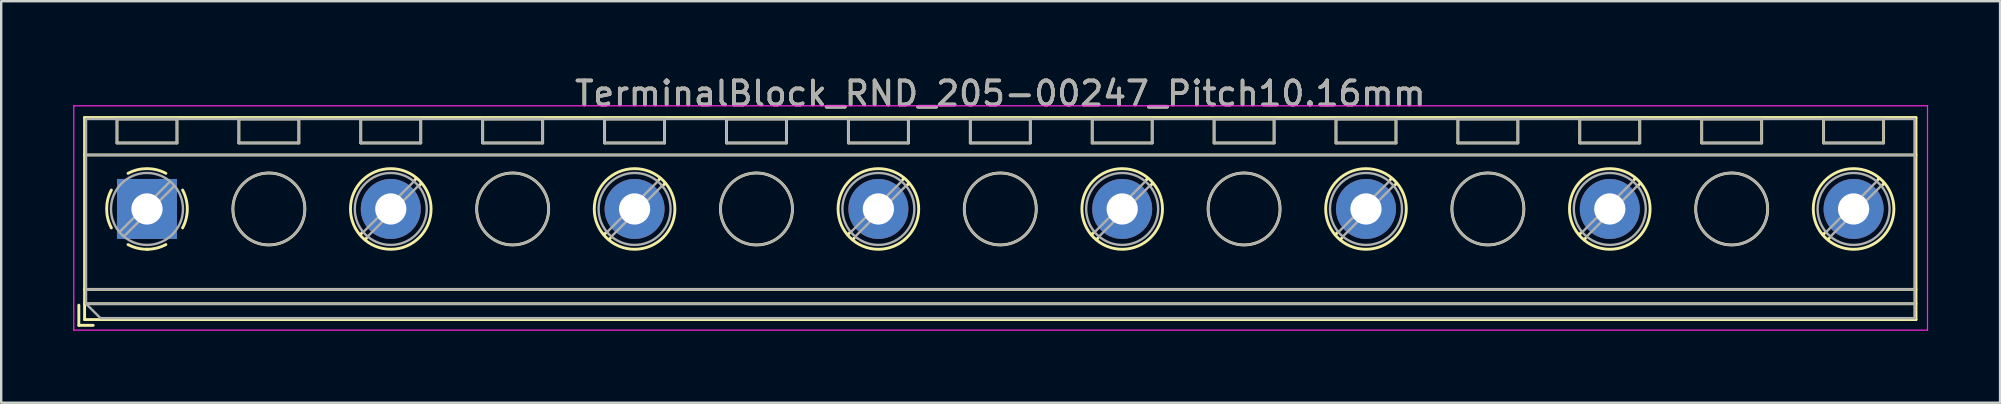
<source format=kicad_pcb>
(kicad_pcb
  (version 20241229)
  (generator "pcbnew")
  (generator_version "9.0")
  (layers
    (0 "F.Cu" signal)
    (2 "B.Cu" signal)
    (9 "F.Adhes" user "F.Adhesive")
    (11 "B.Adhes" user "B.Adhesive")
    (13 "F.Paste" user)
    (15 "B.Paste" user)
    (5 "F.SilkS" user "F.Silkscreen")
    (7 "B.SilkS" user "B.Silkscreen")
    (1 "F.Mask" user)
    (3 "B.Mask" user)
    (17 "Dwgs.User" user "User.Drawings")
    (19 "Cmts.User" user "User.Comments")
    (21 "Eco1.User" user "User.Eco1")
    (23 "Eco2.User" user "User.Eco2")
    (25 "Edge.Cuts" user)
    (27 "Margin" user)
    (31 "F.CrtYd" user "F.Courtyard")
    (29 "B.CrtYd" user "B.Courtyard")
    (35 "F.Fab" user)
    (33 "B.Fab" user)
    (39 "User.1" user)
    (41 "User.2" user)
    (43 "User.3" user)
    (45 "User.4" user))
  (footprint "TerminalBlock_RND_205-00247_Pitch10.16mm"
    (layer "F.Cu")
    (at 3.075 5.658)
    (property "Reference" "TerminalBlock_RND_205-00247_Pitch10.16mm" (at 35.56 -4.81 0) (layer "F.SilkS") (effects (font (size 1 1) (thickness 0.15))))
    (attr through_hole)
    (fp_line (start -2.84 4.01) (end -2.84 4.85) (stroke (width 0.12) (type solid)) (layer "F.SilkS"))
    (fp_line (start -2.84 4.85) (end -2.24 4.85) (stroke (width 0.12) (type solid)) (layer "F.SilkS"))
    (fp_line (start -2.6 -3.81) (end -2.6 4.61) (stroke (width 0.12) (type solid)) (layer "F.SilkS"))
    (fp_line (start -2.6 -2.25) (end 73.72 -2.25) (stroke (width 0.12) (type solid)) (layer "F.SilkS"))
    (fp_line (start -2.6 3.35) (end 73.72 3.35) (stroke (width 0.12) (type solid)) (layer "F.SilkS"))
    (fp_line (start -2.6 3.95) (end 73.72 3.95) (stroke (width 0.12) (type solid)) (layer "F.SilkS"))
    (fp_line (start -2.6 4.61) (end 73.72 4.61) (stroke (width 0.12) (type solid)) (layer "F.SilkS"))
    (fp_line (start -1.25 -3.751) (end -1.25 -2.751) (stroke (width 0.12) (type solid)) (layer "F.SilkS"))
    (fp_line (start -1.25 -3.751) (end 1.25 -3.751) (stroke (width 0.12) (type solid)) (layer "F.SilkS"))
    (fp_line (start -1.25 -2.751) (end 1.25 -2.751) (stroke (width 0.12) (type solid)) (layer "F.SilkS"))
    (fp_line (start 1.25 -3.751) (end 1.25 -2.751) (stroke (width 0.12) (type solid)) (layer "F.SilkS"))
    (fp_line (start 3.83 -3.751) (end 3.83 -2.751) (stroke (width 0.12) (type solid)) (layer "F.SilkS"))
    (fp_line (start 3.83 -3.751) (end 6.33 -3.751) (stroke (width 0.12) (type solid)) (layer "F.SilkS"))
    (fp_line (start 3.83 -2.751) (end 6.33 -2.751) (stroke (width 0.12) (type solid)) (layer "F.SilkS"))
    (fp_line (start 6.33 -3.751) (end 6.33 -2.751) (stroke (width 0.12) (type solid)) (layer "F.SilkS"))
    (fp_line (start 8.91 -3.751) (end 8.91 -2.751) (stroke (width 0.12) (type solid)) (layer "F.SilkS"))
    (fp_line (start 8.91 -3.751) (end 11.41 -3.751) (stroke (width 0.12) (type solid)) (layer "F.SilkS"))
    (fp_line (start 8.91 -2.751) (end 11.41 -2.751) (stroke (width 0.12) (type solid)) (layer "F.SilkS"))
    (fp_line (start 8.98 0.976) (end 8.886 1.069) (stroke (width 0.12) (type solid)) (layer "F.SilkS"))
    (fp_line (start 9.15 1.216) (end 9.091 1.274) (stroke (width 0.12) (type solid)) (layer "F.SilkS"))
    (fp_line (start 11.23 -1.275) (end 11.171 -1.216) (stroke (width 0.12) (type solid)) (layer "F.SilkS"))
    (fp_line (start 11.41 -3.751) (end 11.41 -2.751) (stroke (width 0.12) (type solid)) (layer "F.SilkS"))
    (fp_line (start 11.435 -1.069) (end 11.341 -0.976) (stroke (width 0.12) (type solid)) (layer "F.SilkS"))
    (fp_line (start 13.99 -3.751) (end 13.99 -2.751) (stroke (width 0.12) (type solid)) (layer "F.SilkS"))
    (fp_line (start 13.99 -3.751) (end 16.49 -3.751) (stroke (width 0.12) (type solid)) (layer "F.SilkS"))
    (fp_line (start 13.99 -2.751) (end 16.49 -2.751) (stroke (width 0.12) (type solid)) (layer "F.SilkS"))
    (fp_line (start 16.49 -3.751) (end 16.49 -2.751) (stroke (width 0.12) (type solid)) (layer "F.SilkS"))
    (fp_line (start 19.07 -3.751) (end 19.07 -2.751) (stroke (width 0.12) (type solid)) (layer "F.SilkS"))
    (fp_line (start 19.07 -3.751) (end 21.57 -3.751) (stroke (width 0.12) (type solid)) (layer "F.SilkS"))
    (fp_line (start 19.07 -2.751) (end 21.57 -2.751) (stroke (width 0.12) (type solid)) (layer "F.SilkS"))
    (fp_line (start 19.14 0.976) (end 19.046 1.069) (stroke (width 0.12) (type solid)) (layer "F.SilkS"))
    (fp_line (start 19.31 1.216) (end 19.251 1.274) (stroke (width 0.12) (type solid)) (layer "F.SilkS"))
    (fp_line (start 21.39 -1.275) (end 21.331 -1.216) (stroke (width 0.12) (type solid)) (layer "F.SilkS"))
    (fp_line (start 21.57 -3.751) (end 21.57 -2.751) (stroke (width 0.12) (type solid)) (layer "F.SilkS"))
    (fp_line (start 21.595 -1.069) (end 21.501 -0.976) (stroke (width 0.12) (type solid)) (layer "F.SilkS"))
    (fp_line (start 24.15 -3.751) (end 24.15 -2.751) (stroke (width 0.12) (type solid)) (layer "F.SilkS"))
    (fp_line (start 24.15 -3.751) (end 26.65 -3.751) (stroke (width 0.12) (type solid)) (layer "F.SilkS"))
    (fp_line (start 24.15 -2.751) (end 26.65 -2.751) (stroke (width 0.12) (type solid)) (layer "F.SilkS"))
    (fp_line (start 26.65 -3.751) (end 26.65 -2.751) (stroke (width 0.12) (type solid)) (layer "F.SilkS"))
    (fp_line (start 29.23 -3.751) (end 29.23 -2.751) (stroke (width 0.12) (type solid)) (layer "F.SilkS"))
    (fp_line (start 29.23 -3.751) (end 31.73 -3.751) (stroke (width 0.12) (type solid)) (layer "F.SilkS"))
    (fp_line (start 29.23 -2.751) (end 31.73 -2.751) (stroke (width 0.12) (type solid)) (layer "F.SilkS"))
    (fp_line (start 29.3 0.976) (end 29.206 1.069) (stroke (width 0.12) (type solid)) (layer "F.SilkS"))
    (fp_line (start 29.47 1.216) (end 29.411 1.274) (stroke (width 0.12) (type solid)) (layer "F.SilkS"))
    (fp_line (start 31.55 -1.275) (end 31.491 -1.216) (stroke (width 0.12) (type solid)) (layer "F.SilkS"))
    (fp_line (start 31.73 -3.751) (end 31.73 -2.751) (stroke (width 0.12) (type solid)) (layer "F.SilkS"))
    (fp_line (start 31.755 -1.069) (end 31.661 -0.976) (stroke (width 0.12) (type solid)) (layer "F.SilkS"))
    (fp_line (start 34.31 -3.751) (end 34.31 -2.751) (stroke (width 0.12) (type solid)) (layer "F.SilkS"))
    (fp_line (start 34.31 -3.751) (end 36.81 -3.751) (stroke (width 0.12) (type solid)) (layer "F.SilkS"))
    (fp_line (start 34.31 -2.751) (end 36.81 -2.751) (stroke (width 0.12) (type solid)) (layer "F.SilkS"))
    (fp_line (start 36.81 -3.751) (end 36.81 -2.751) (stroke (width 0.12) (type solid)) (layer "F.SilkS"))
    (fp_line (start 39.39 -3.751) (end 39.39 -2.751) (stroke (width 0.12) (type solid)) (layer "F.SilkS"))
    (fp_line (start 39.39 -3.751) (end 41.89 -3.751) (stroke (width 0.12) (type solid)) (layer "F.SilkS"))
    (fp_line (start 39.39 -2.751) (end 41.89 -2.751) (stroke (width 0.12) (type solid)) (layer "F.SilkS"))
    (fp_line (start 39.46 0.976) (end 39.366 1.069) (stroke (width 0.12) (type solid)) (layer "F.SilkS"))
    (fp_line (start 39.63 1.216) (end 39.571 1.274) (stroke (width 0.12) (type solid)) (layer "F.SilkS"))
    (fp_line (start 41.71 -1.275) (end 41.651 -1.216) (stroke (width 0.12) (type solid)) (layer "F.SilkS"))
    (fp_line (start 41.89 -3.751) (end 41.89 -2.751) (stroke (width 0.12) (type solid)) (layer "F.SilkS"))
    (fp_line (start 41.915 -1.069) (end 41.821 -0.976) (stroke (width 0.12) (type solid)) (layer "F.SilkS"))
    (fp_line (start 44.47 -3.751) (end 44.47 -2.751) (stroke (width 0.12) (type solid)) (layer "F.SilkS"))
    (fp_line (start 44.47 -3.751) (end 46.97 -3.751) (stroke (width 0.12) (type solid)) (layer "F.SilkS"))
    (fp_line (start 44.47 -2.751) (end 46.97 -2.751) (stroke (width 0.12) (type solid)) (layer "F.SilkS"))
    (fp_line (start 46.97 -3.751) (end 46.97 -2.751) (stroke (width 0.12) (type solid)) (layer "F.SilkS"))
    (fp_line (start 49.55 -3.751) (end 49.55 -2.751) (stroke (width 0.12) (type solid)) (layer "F.SilkS"))
    (fp_line (start 49.55 -3.751) (end 52.05 -3.751) (stroke (width 0.12) (type solid)) (layer "F.SilkS"))
    (fp_line (start 49.55 -2.751) (end 52.05 -2.751) (stroke (width 0.12) (type solid)) (layer "F.SilkS"))
    (fp_line (start 49.62 0.976) (end 49.526 1.069) (stroke (width 0.12) (type solid)) (layer "F.SilkS"))
    (fp_line (start 49.79 1.216) (end 49.731 1.274) (stroke (width 0.12) (type solid)) (layer "F.SilkS"))
    (fp_line (start 51.87 -1.275) (end 51.811 -1.216) (stroke (width 0.12) (type solid)) (layer "F.SilkS"))
    (fp_line (start 52.05 -3.751) (end 52.05 -2.751) (stroke (width 0.12) (type solid)) (layer "F.SilkS"))
    (fp_line (start 52.075 -1.069) (end 51.981 -0.976) (stroke (width 0.12) (type solid)) (layer "F.SilkS"))
    (fp_line (start 54.63 -3.751) (end 54.63 -2.751) (stroke (width 0.12) (type solid)) (layer "F.SilkS"))
    (fp_line (start 54.63 -3.751) (end 57.13 -3.751) (stroke (width 0.12) (type solid)) (layer "F.SilkS"))
    (fp_line (start 54.63 -2.751) (end 57.13 -2.751) (stroke (width 0.12) (type solid)) (layer "F.SilkS"))
    (fp_line (start 57.13 -3.751) (end 57.13 -2.751) (stroke (width 0.12) (type solid)) (layer "F.SilkS"))
    (fp_line (start 59.71 -3.751) (end 59.71 -2.751) (stroke (width 0.12) (type solid)) (layer "F.SilkS"))
    (fp_line (start 59.71 -3.751) (end 62.21 -3.751) (stroke (width 0.12) (type solid)) (layer "F.SilkS"))
    (fp_line (start 59.71 -2.751) (end 62.21 -2.751) (stroke (width 0.12) (type solid)) (layer "F.SilkS"))
    (fp_line (start 59.78 0.976) (end 59.686 1.069) (stroke (width 0.12) (type solid)) (layer "F.SilkS"))
    (fp_line (start 59.95 1.216) (end 59.891 1.274) (stroke (width 0.12) (type solid)) (layer "F.SilkS"))
    (fp_line (start 62.03 -1.275) (end 61.971 -1.216) (stroke (width 0.12) (type solid)) (layer "F.SilkS"))
    (fp_line (start 62.21 -3.751) (end 62.21 -2.751) (stroke (width 0.12) (type solid)) (layer "F.SilkS"))
    (fp_line (start 62.235 -1.069) (end 62.141 -0.976) (stroke (width 0.12) (type solid)) (layer "F.SilkS"))
    (fp_line (start 64.791 -3.751) (end 64.791 -2.751) (stroke (width 0.12) (type solid)) (layer "F.SilkS"))
    (fp_line (start 64.791 -3.751) (end 67.29 -3.751) (stroke (width 0.12) (type solid)) (layer "F.SilkS"))
    (fp_line (start 64.791 -2.751) (end 67.29 -2.751) (stroke (width 0.12) (type solid)) (layer "F.SilkS"))
    (fp_line (start 67.29 -3.751) (end 67.29 -2.751) (stroke (width 0.12) (type solid)) (layer "F.SilkS"))
    (fp_line (start 69.87 -3.751) (end 69.87 -2.751) (stroke (width 0.12) (type solid)) (layer "F.SilkS"))
    (fp_line (start 69.87 -3.751) (end 72.37 -3.751) (stroke (width 0.12) (type solid)) (layer "F.SilkS"))
    (fp_line (start 69.87 -2.751) (end 72.37 -2.751) (stroke (width 0.12) (type solid)) (layer "F.SilkS"))
    (fp_line (start 69.94 0.976) (end 69.846 1.069) (stroke (width 0.12) (type solid)) (layer "F.SilkS"))
    (fp_line (start 70.11 1.216) (end 70.051 1.274) (stroke (width 0.12) (type solid)) (layer "F.SilkS"))
    (fp_line (start 72.19 -1.275) (end 72.131 -1.216) (stroke (width 0.12) (type solid)) (layer "F.SilkS"))
    (fp_line (start 72.37 -3.751) (end 72.37 -2.751) (stroke (width 0.12) (type solid)) (layer "F.SilkS"))
    (fp_line (start 72.395 -1.069) (end 72.301 -0.976) (stroke (width 0.12) (type solid)) (layer "F.SilkS"))
    (fp_line (start 73.72 -3.81) (end -2.6 -3.81) (stroke (width 0.12) (type solid)) (layer "F.SilkS"))
    (fp_line (start 73.72 4.61) (end 73.72 -3.81) (stroke (width 0.12) (type solid)) (layer "F.SilkS"))
    (fp_arc (start -1.483953 0.789089) (mid -1.680708 0.00005) (end -1.484 -0.789) (stroke (width 0.12) (type solid)) (layer "F.SilkS"))
    (fp_arc (start -0.789089 -1.483953) (mid -0.00005 -1.680708) (end 0.789 -1.484) (stroke (width 0.12) (type solid)) (layer "F.SilkS"))
    (fp_arc (start 0.029383 1.68045) (mid -0.392304 1.634281) (end -0.789 1.484) (stroke (width 0.12) (type solid)) (layer "F.SilkS"))
    (fp_arc (start 0.788712 1.483352) (mid 0.406429 1.630097) (end 0 1.68) (stroke (width 0.12) (type solid)) (layer "F.SilkS"))
    (fp_arc (start 1.483953 -0.789089) (mid 1.680708 -0.00005) (end 1.484 0.789) (stroke (width 0.12) (type solid)) (layer "F.SilkS"))
    (fp_circle (center 5.08 0) (end 6.58 0) (stroke (width 0.12) (type solid)) (fill no) (layer "F.SilkS"))
    (fp_circle (center 10.16 0) (end 11.84 0) (stroke (width 0.12) (type solid)) (fill no) (layer "F.SilkS"))
    (fp_circle (center 15.24 0) (end 16.74 0) (stroke (width 0.12) (type solid)) (fill no) (layer "F.SilkS"))
    (fp_circle (center 20.32 0) (end 22 0) (stroke (width 0.12) (type solid)) (fill no) (layer "F.SilkS"))
    (fp_circle (center 25.4 0) (end 26.9 0) (stroke (width 0.12) (type solid)) (fill no) (layer "F.SilkS"))
    (fp_circle (center 30.48 0) (end 32.16 0) (stroke (width 0.12) (type solid)) (fill no) (layer "F.SilkS"))
    (fp_circle (center 35.56 0) (end 37.06 0) (stroke (width 0.12) (type solid)) (fill no) (layer "F.SilkS"))
    (fp_circle (center 40.64 0) (end 42.32 0) (stroke (width 0.12) (type solid)) (fill no) (layer "F.SilkS"))
    (fp_circle (center 45.72 0) (end 47.22 0) (stroke (width 0.12) (type solid)) (fill no) (layer "F.SilkS"))
    (fp_circle (center 50.8 0) (end 52.48 0) (stroke (width 0.12) (type solid)) (fill no) (layer "F.SilkS"))
    (fp_circle (center 55.88 0) (end 57.38 0) (stroke (width 0.12) (type solid)) (fill no) (layer "F.SilkS"))
    (fp_circle (center 60.96 0) (end 62.64 0) (stroke (width 0.12) (type solid)) (fill no) (layer "F.SilkS"))
    (fp_circle (center 66.04 0) (end 67.54 0) (stroke (width 0.12) (type solid)) (fill no) (layer "F.SilkS"))
    (fp_circle (center 71.12 0) (end 72.8 0) (stroke (width 0.12) (type solid)) (fill no) (layer "F.SilkS"))
    (fp_line (start -3.05 -4.3) (end -3.05 5.05) (stroke (width 0.05) (type solid)) (layer "F.CrtYd"))
    (fp_line (start -3.05 5.05) (end 74.2 5.05) (stroke (width 0.05) (type solid)) (layer "F.CrtYd"))
    (fp_line (start 74.2 -4.3) (end -3.05 -4.3) (stroke (width 0.05) (type solid)) (layer "F.CrtYd"))
    (fp_line (start 74.2 5.05) (end 74.2 -4.3) (stroke (width 0.05) (type solid)) (layer "F.CrtYd"))
    (fp_line (start -2.54 -3.75) (end 73.66 -3.75) (stroke (width 0.1) (type solid)) (layer "F.Fab"))
    (fp_line (start -2.54 -2.25) (end 73.66 -2.25) (stroke (width 0.1) (type solid)) (layer "F.Fab"))
    (fp_line (start -2.54 3.35) (end 73.66 3.35) (stroke (width 0.1) (type solid)) (layer "F.Fab"))
    (fp_line (start -2.54 3.95) (end -2.54 -3.75) (stroke (width 0.1) (type solid)) (layer "F.Fab"))
    (fp_line (start -2.54 3.95) (end 73.66 3.95) (stroke (width 0.1) (type solid)) (layer "F.Fab"))
    (fp_line (start -1.94 4.55) (end -2.54 3.95) (stroke (width 0.1) (type solid)) (layer "F.Fab"))
    (fp_line (start -1.25 -3.75) (end -1.25 -2.75) (stroke (width 0.1) (type solid)) (layer "F.Fab"))
    (fp_line (start -1.25 -2.75) (end 1.25 -2.75) (stroke (width 0.1) (type solid)) (layer "F.Fab"))
    (fp_line (start 0.955 -1.138) (end -1.138 0.955) (stroke (width 0.1) (type solid)) (layer "F.Fab"))
    (fp_line (start 1.138 -0.955) (end -0.955 1.138) (stroke (width 0.1) (type solid)) (layer "F.Fab"))
    (fp_line (start 1.25 -3.75) (end -1.25 -3.75) (stroke (width 0.1) (type solid)) (layer "F.Fab"))
    (fp_line (start 1.25 -2.75) (end 1.25 -3.75) (stroke (width 0.1) (type solid)) (layer "F.Fab"))
    (fp_line (start 3.83 -3.75) (end 3.83 -2.75) (stroke (width 0.1) (type solid)) (layer "F.Fab"))
    (fp_line (start 3.83 -2.75) (end 6.33 -2.75) (stroke (width 0.1) (type solid)) (layer "F.Fab"))
    (fp_line (start 6.33 -3.75) (end 3.83 -3.75) (stroke (width 0.1) (type solid)) (layer "F.Fab"))
    (fp_line (start 6.33 -2.75) (end 6.33 -3.75) (stroke (width 0.1) (type solid)) (layer "F.Fab"))
    (fp_line (start 8.91 -3.75) (end 8.91 -2.75) (stroke (width 0.1) (type solid)) (layer "F.Fab"))
    (fp_line (start 8.91 -2.75) (end 11.41 -2.75) (stroke (width 0.1) (type solid)) (layer "F.Fab"))
    (fp_line (start 11.115 -1.138) (end 9.023 0.955) (stroke (width 0.1) (type solid)) (layer "F.Fab"))
    (fp_line (start 11.298 -0.955) (end 9.206 1.138) (stroke (width 0.1) (type solid)) (layer "F.Fab"))
    (fp_line (start 11.41 -3.75) (end 8.91 -3.75) (stroke (width 0.1) (type solid)) (layer "F.Fab"))
    (fp_line (start 11.41 -2.75) (end 11.41 -3.75) (stroke (width 0.1) (type solid)) (layer "F.Fab"))
    (fp_line (start 13.99 -3.75) (end 13.99 -2.75) (stroke (width 0.1) (type solid)) (layer "F.Fab"))
    (fp_line (start 13.99 -2.75) (end 16.49 -2.75) (stroke (width 0.1) (type solid)) (layer "F.Fab"))
    (fp_line (start 16.49 -3.75) (end 13.99 -3.75) (stroke (width 0.1) (type solid)) (layer "F.Fab"))
    (fp_line (start 16.49 -2.75) (end 16.49 -3.75) (stroke (width 0.1) (type solid)) (layer "F.Fab"))
    (fp_line (start 19.07 -3.75) (end 19.07 -2.75) (stroke (width 0.1) (type solid)) (layer "F.Fab"))
    (fp_line (start 19.07 -2.75) (end 21.57 -2.75) (stroke (width 0.1) (type solid)) (layer "F.Fab"))
    (fp_line (start 21.275 -1.138) (end 19.183 0.955) (stroke (width 0.1) (type solid)) (layer "F.Fab"))
    (fp_line (start 21.458 -0.955) (end 19.366 1.138) (stroke (width 0.1) (type solid)) (layer "F.Fab"))
    (fp_line (start 21.57 -3.75) (end 19.07 -3.75) (stroke (width 0.1) (type solid)) (layer "F.Fab"))
    (fp_line (start 21.57 -2.75) (end 21.57 -3.75) (stroke (width 0.1) (type solid)) (layer "F.Fab"))
    (fp_line (start 24.15 -3.75) (end 24.15 -2.75) (stroke (width 0.1) (type solid)) (layer "F.Fab"))
    (fp_line (start 24.15 -2.75) (end 26.65 -2.75) (stroke (width 0.1) (type solid)) (layer "F.Fab"))
    (fp_line (start 26.65 -3.75) (end 24.15 -3.75) (stroke (width 0.1) (type solid)) (layer "F.Fab"))
    (fp_line (start 26.65 -2.75) (end 26.65 -3.75) (stroke (width 0.1) (type solid)) (layer "F.Fab"))
    (fp_line (start 29.23 -3.75) (end 29.23 -2.75) (stroke (width 0.1) (type solid)) (layer "F.Fab"))
    (fp_line (start 29.23 -2.75) (end 31.73 -2.75) (stroke (width 0.1) (type solid)) (layer "F.Fab"))
    (fp_line (start 31.435 -1.138) (end 29.343 0.955) (stroke (width 0.1) (type solid)) (layer "F.Fab"))
    (fp_line (start 31.618 -0.955) (end 29.526 1.138) (stroke (width 0.1) (type solid)) (layer "F.Fab"))
    (fp_line (start 31.73 -3.75) (end 29.23 -3.75) (stroke (width 0.1) (type solid)) (layer "F.Fab"))
    (fp_line (start 31.73 -2.75) (end 31.73 -3.75) (stroke (width 0.1) (type solid)) (layer "F.Fab"))
    (fp_line (start 34.31 -3.75) (end 34.31 -2.75) (stroke (width 0.1) (type solid)) (layer "F.Fab"))
    (fp_line (start 34.31 -2.75) (end 36.81 -2.75) (stroke (width 0.1) (type solid)) (layer "F.Fab"))
    (fp_line (start 36.81 -3.75) (end 34.31 -3.75) (stroke (width 0.1) (type solid)) (layer "F.Fab"))
    (fp_line (start 36.81 -2.75) (end 36.81 -3.75) (stroke (width 0.1) (type solid)) (layer "F.Fab"))
    (fp_line (start 39.39 -3.75) (end 39.39 -2.75) (stroke (width 0.1) (type solid)) (layer "F.Fab"))
    (fp_line (start 39.39 -2.75) (end 41.89 -2.75) (stroke (width 0.1) (type solid)) (layer "F.Fab"))
    (fp_line (start 41.595 -1.138) (end 39.503 0.955) (stroke (width 0.1) (type solid)) (layer "F.Fab"))
    (fp_line (start 41.778 -0.955) (end 39.686 1.138) (stroke (width 0.1) (type solid)) (layer "F.Fab"))
    (fp_line (start 41.89 -3.75) (end 39.39 -3.75) (stroke (width 0.1) (type solid)) (layer "F.Fab"))
    (fp_line (start 41.89 -2.75) (end 41.89 -3.75) (stroke (width 0.1) (type solid)) (layer "F.Fab"))
    (fp_line (start 44.47 -3.75) (end 44.47 -2.75) (stroke (width 0.1) (type solid)) (layer "F.Fab"))
    (fp_line (start 44.47 -2.75) (end 46.97 -2.75) (stroke (width 0.1) (type solid)) (layer "F.Fab"))
    (fp_line (start 46.97 -3.75) (end 44.47 -3.75) (stroke (width 0.1) (type solid)) (layer "F.Fab"))
    (fp_line (start 46.97 -2.75) (end 46.97 -3.75) (stroke (width 0.1) (type solid)) (layer "F.Fab"))
    (fp_line (start 49.55 -3.75) (end 49.55 -2.75) (stroke (width 0.1) (type solid)) (layer "F.Fab"))
    (fp_line (start 49.55 -2.75) (end 52.05 -2.75) (stroke (width 0.1) (type solid)) (layer "F.Fab"))
    (fp_line (start 51.755 -1.138) (end 49.663 0.955) (stroke (width 0.1) (type solid)) (layer "F.Fab"))
    (fp_line (start 51.938 -0.955) (end 49.846 1.138) (stroke (width 0.1) (type solid)) (layer "F.Fab"))
    (fp_line (start 52.05 -3.75) (end 49.55 -3.75) (stroke (width 0.1) (type solid)) (layer "F.Fab"))
    (fp_line (start 52.05 -2.75) (end 52.05 -3.75) (stroke (width 0.1) (type solid)) (layer "F.Fab"))
    (fp_line (start 54.63 -3.75) (end 54.63 -2.75) (stroke (width 0.1) (type solid)) (layer "F.Fab"))
    (fp_line (start 54.63 -2.75) (end 57.13 -2.75) (stroke (width 0.1) (type solid)) (layer "F.Fab"))
    (fp_line (start 57.13 -3.75) (end 54.63 -3.75) (stroke (width 0.1) (type solid)) (layer "F.Fab"))
    (fp_line (start 57.13 -2.75) (end 57.13 -3.75) (stroke (width 0.1) (type solid)) (layer "F.Fab"))
    (fp_line (start 59.71 -3.75) (end 59.71 -2.75) (stroke (width 0.1) (type solid)) (layer "F.Fab"))
    (fp_line (start 59.71 -2.75) (end 62.21 -2.75) (stroke (width 0.1) (type solid)) (layer "F.Fab"))
    (fp_line (start 61.915 -1.138) (end 59.823 0.955) (stroke (width 0.1) (type solid)) (layer "F.Fab"))
    (fp_line (start 62.098 -0.955) (end 60.006 1.138) (stroke (width 0.1) (type solid)) (layer "F.Fab"))
    (fp_line (start 62.21 -3.75) (end 59.71 -3.75) (stroke (width 0.1) (type solid)) (layer "F.Fab"))
    (fp_line (start 62.21 -2.75) (end 62.21 -3.75) (stroke (width 0.1) (type solid)) (layer "F.Fab"))
    (fp_line (start 64.79 -3.75) (end 64.79 -2.75) (stroke (width 0.1) (type solid)) (layer "F.Fab"))
    (fp_line (start 64.79 -2.75) (end 67.29 -2.75) (stroke (width 0.1) (type solid)) (layer "F.Fab"))
    (fp_line (start 67.29 -3.75) (end 64.79 -3.75) (stroke (width 0.1) (type solid)) (layer "F.Fab"))
    (fp_line (start 67.29 -2.75) (end 67.29 -3.75) (stroke (width 0.1) (type solid)) (layer "F.Fab"))
    (fp_line (start 69.87 -3.75) (end 69.87 -2.75) (stroke (width 0.1) (type solid)) (layer "F.Fab"))
    (fp_line (start 69.87 -2.75) (end 72.37 -2.75) (stroke (width 0.1) (type solid)) (layer "F.Fab"))
    (fp_line (start 72.075 -1.138) (end 69.983 0.955) (stroke (width 0.1) (type solid)) (layer "F.Fab"))
    (fp_line (start 72.258 -0.955) (end 70.166 1.138) (stroke (width 0.1) (type solid)) (layer "F.Fab"))
    (fp_line (start 72.37 -3.75) (end 69.87 -3.75) (stroke (width 0.1) (type solid)) (layer "F.Fab"))
    (fp_line (start 72.37 -2.75) (end 72.37 -3.75) (stroke (width 0.1) (type solid)) (layer "F.Fab"))
    (fp_line (start 73.66 -3.75) (end 73.66 4.55) (stroke (width 0.1) (type solid)) (layer "F.Fab"))
    (fp_line (start 73.66 4.55) (end -1.94 4.55) (stroke (width 0.1) (type solid)) (layer "F.Fab"))
    (fp_circle (center 0 0) (end 1.5 0) (stroke (width 0.1) (type solid)) (fill no) (layer "F.Fab"))
    (fp_circle (center 5.08 0) (end 6.58 0) (stroke (width 0.1) (type solid)) (fill no) (layer "F.Fab"))
    (fp_circle (center 10.16 0) (end 11.66 0) (stroke (width 0.1) (type solid)) (fill no) (layer "F.Fab"))
    (fp_circle (center 15.24 0) (end 16.74 0) (stroke (width 0.1) (type solid)) (fill no) (layer "F.Fab"))
    (fp_circle (center 20.32 0) (end 21.82 0) (stroke (width 0.1) (type solid)) (fill no) (layer "F.Fab"))
    (fp_circle (center 25.4 0) (end 26.9 0) (stroke (width 0.1) (type solid)) (fill no) (layer "F.Fab"))
    (fp_circle (center 30.48 0) (end 31.98 0) (stroke (width 0.1) (type solid)) (fill no) (layer "F.Fab"))
    (fp_circle (center 35.56 0) (end 37.06 0) (stroke (width 0.1) (type solid)) (fill no) (layer "F.Fab"))
    (fp_circle (center 40.64 0) (end 42.14 0) (stroke (width 0.1) (type solid)) (fill no) (layer "F.Fab"))
    (fp_circle (center 45.72 0) (end 47.22 0) (stroke (width 0.1) (type solid)) (fill no) (layer "F.Fab"))
    (fp_circle (center 50.8 0) (end 52.3 0) (stroke (width 0.1) (type solid)) (fill no) (layer "F.Fab"))
    (fp_circle (center 55.88 0) (end 57.38 0) (stroke (width 0.1) (type solid)) (fill no) (layer "F.Fab"))
    (fp_circle (center 60.96 0) (end 62.46 0) (stroke (width 0.1) (type solid)) (fill no) (layer "F.Fab"))
    (fp_circle (center 66.04 0) (end 67.54 0) (stroke (width 0.1) (type solid)) (fill no) (layer "F.Fab"))
    (fp_circle (center 71.12 0) (end 72.62 0) (stroke (width 0.1) (type solid)) (fill no) (layer "F.Fab"))
    (fp_text user "${REFERENCE}" (at 35.56 -4.81 0) (layer "F.Fab") (effects (font (size 1 1) (thickness 0.15))))
    (pad "1" thru_hole rect (at 0 0) (size 2.5 2.5) (drill 1.3) (layers "*.Cu" "*.Mask"))
    (pad "2" thru_hole circle (at 10.16 0) (size 2.5 2.5) (drill 1.3) (layers "*.Cu" "*.Mask"))
    (pad "3" thru_hole circle (at 20.32 0) (size 2.5 2.5) (drill 1.3) (layers "*.Cu" "*.Mask"))
    (pad "4" thru_hole circle (at 30.48 0) (size 2.5 2.5) (drill 1.3) (layers "*.Cu" "*.Mask"))
    (pad "5" thru_hole circle (at 40.64 0) (size 2.5 2.5) (drill 1.3) (layers "*.Cu" "*.Mask"))
    (pad "6" thru_hole circle (at 50.8 0) (size 2.5 2.5) (drill 1.3) (layers "*.Cu" "*.Mask"))
    (pad "7" thru_hole circle (at 60.96 0) (size 2.5 2.5) (drill 1.3) (layers "*.Cu" "*.Mask"))
    (pad "8" thru_hole circle (at 71.12 0) (size 2.5 2.5) (drill 1.3) (layers "*.Cu" "*.Mask")))
  (gr_rect
    (start -3 -3)
    (end 80.3 13.733)
    (stroke (width 0.1) (type default))
    (fill no)
    (layer "Edge.Cuts")))
</source>
